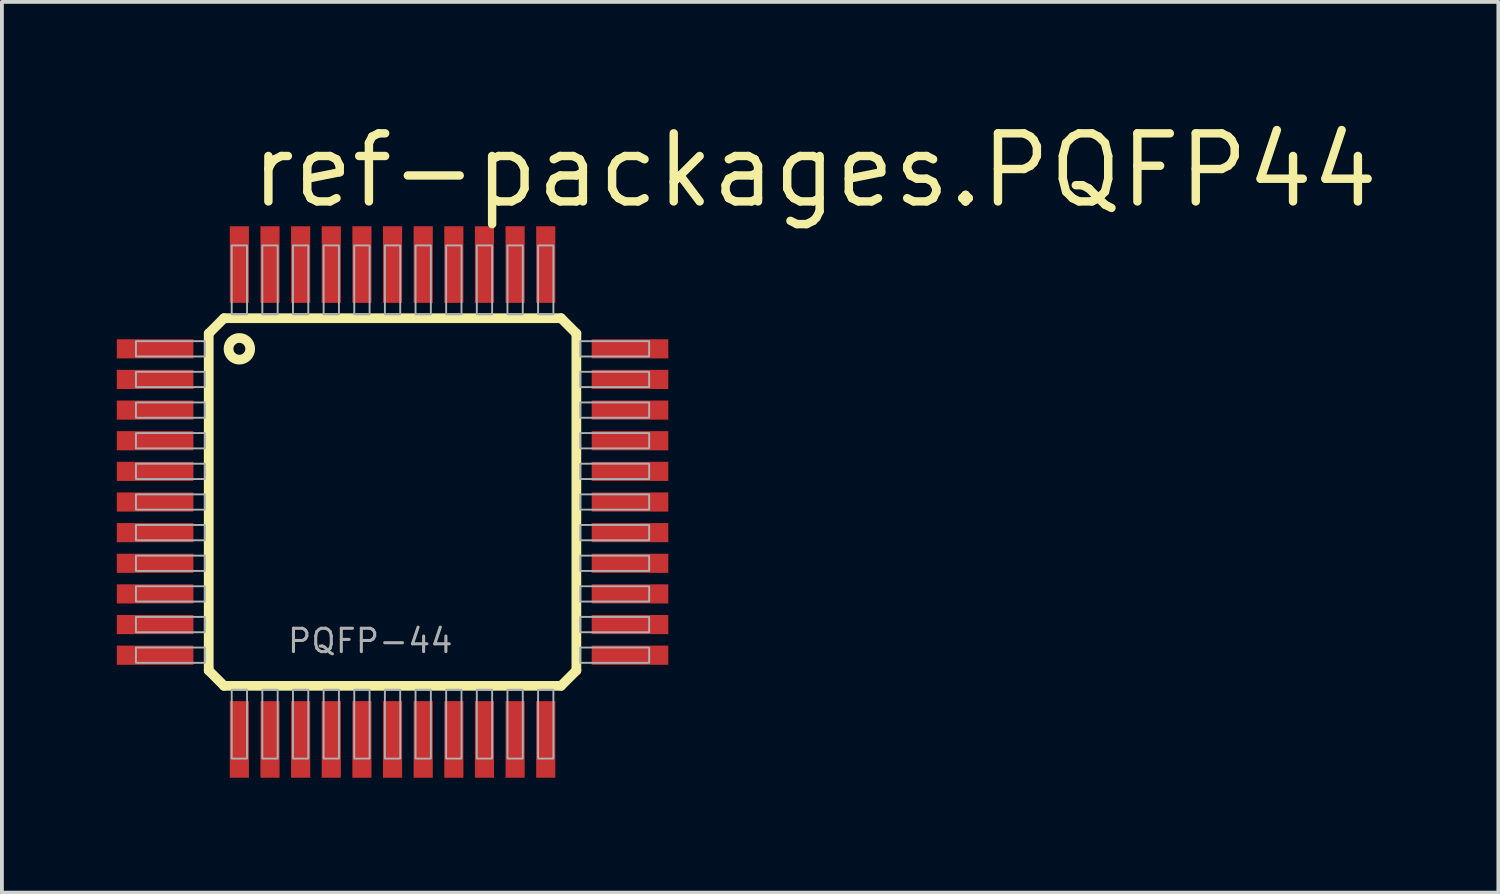
<source format=kicad_pcb>
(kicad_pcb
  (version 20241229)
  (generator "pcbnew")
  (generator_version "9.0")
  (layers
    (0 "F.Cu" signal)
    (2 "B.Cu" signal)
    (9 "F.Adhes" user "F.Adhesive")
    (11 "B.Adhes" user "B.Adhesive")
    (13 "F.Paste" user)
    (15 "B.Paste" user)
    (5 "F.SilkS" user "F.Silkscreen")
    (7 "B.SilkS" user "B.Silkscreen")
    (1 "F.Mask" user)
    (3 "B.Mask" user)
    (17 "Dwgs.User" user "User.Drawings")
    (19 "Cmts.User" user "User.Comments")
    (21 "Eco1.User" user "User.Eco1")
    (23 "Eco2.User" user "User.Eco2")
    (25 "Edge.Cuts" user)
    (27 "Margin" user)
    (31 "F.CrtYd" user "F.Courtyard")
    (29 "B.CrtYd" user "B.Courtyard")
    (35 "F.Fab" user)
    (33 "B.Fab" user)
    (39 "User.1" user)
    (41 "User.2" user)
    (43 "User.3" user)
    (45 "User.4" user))
  (footprint "ref-packages.PQFP44"
    (layer "F.Cu")
    (at 7.2 10.058)
    (property "Reference" "ref-packages.PQFP44" (at -3.81 -7.62 0) (layer "F.SilkS") (effects (font (size 1.778 1.778) (thickness 0.22)) (justify left bottom)))
    (attr smd)
    (fp_line (start -4.8 -4.4) (end -4.4 -4.8) (stroke (width 0.254) (type default)) (layer "F.SilkS"))
    (fp_line (start -4.8 4.4) (end -4.8 -4.4) (stroke (width 0.254) (type default)) (layer "F.SilkS"))
    (fp_line (start -4.4 -4.8) (end 4.4 -4.8) (stroke (width 0.254) (type default)) (layer "F.SilkS"))
    (fp_line (start -4.4 4.8) (end -4.8 4.4) (stroke (width 0.254) (type default)) (layer "F.SilkS"))
    (fp_line (start 4.4 -4.8) (end 4.8 -4.4) (stroke (width 0.254) (type default)) (layer "F.SilkS"))
    (fp_line (start 4.4 4.8) (end -4.4 4.8) (stroke (width 0.254) (type default)) (layer "F.SilkS"))
    (fp_line (start 4.8 -4.4) (end 4.8 4.4) (stroke (width 0.254) (type default)) (layer "F.SilkS"))
    (fp_line (start 4.8 4.4) (end 4.4 4.8) (stroke (width 0.254) (type default)) (layer "F.SilkS"))
    (fp_circle (center -4 -4) (end -3.717 -4) (stroke (width 0.254) (type default)) (fill no) (layer "F.SilkS"))
    (fp_rect (start -6.7 -3.8) (end -4.9 -4.2) (stroke (width 0.05) (type default)) (fill no) (layer "F.Fab"))
    (fp_rect (start -6.7 -3) (end -4.9 -3.4) (stroke (width 0.05) (type default)) (fill no) (layer "F.Fab"))
    (fp_rect (start -6.7 -2.2) (end -4.9 -2.6) (stroke (width 0.05) (type default)) (fill no) (layer "F.Fab"))
    (fp_rect (start -6.7 -1.4) (end -4.9 -1.8) (stroke (width 0.05) (type default)) (fill no) (layer "F.Fab"))
    (fp_rect (start -6.7 -0.6) (end -4.9 -1) (stroke (width 0.05) (type default)) (fill no) (layer "F.Fab"))
    (fp_rect (start -6.7 0.2) (end -4.9 -0.2) (stroke (width 0.05) (type default)) (fill no) (layer "F.Fab"))
    (fp_rect (start -6.7 1) (end -4.9 0.6) (stroke (width 0.05) (type default)) (fill no) (layer "F.Fab"))
    (fp_rect (start -6.7 1.8) (end -4.9 1.4) (stroke (width 0.05) (type default)) (fill no) (layer "F.Fab"))
    (fp_rect (start -6.7 2.6) (end -4.9 2.2) (stroke (width 0.05) (type default)) (fill no) (layer "F.Fab"))
    (fp_rect (start -6.7 3.4) (end -4.9 3) (stroke (width 0.05) (type default)) (fill no) (layer "F.Fab"))
    (fp_rect (start -6.7 4.2) (end -4.9 3.8) (stroke (width 0.05) (type default)) (fill no) (layer "F.Fab"))
    (fp_rect (start -4.2 -4.9) (end -3.8 -6.7) (stroke (width 0.05) (type default)) (fill no) (layer "F.Fab"))
    (fp_rect (start -4.2 6.7) (end -3.8 4.9) (stroke (width 0.05) (type default)) (fill no) (layer "F.Fab"))
    (fp_rect (start -3.4 -4.9) (end -3 -6.7) (stroke (width 0.05) (type default)) (fill no) (layer "F.Fab"))
    (fp_rect (start -3.4 6.7) (end -3 4.9) (stroke (width 0.05) (type default)) (fill no) (layer "F.Fab"))
    (fp_rect (start -2.6 -4.9) (end -2.2 -6.7) (stroke (width 0.05) (type default)) (fill no) (layer "F.Fab"))
    (fp_rect (start -2.6 6.7) (end -2.2 4.9) (stroke (width 0.05) (type default)) (fill no) (layer "F.Fab"))
    (fp_rect (start -1.8 -4.9) (end -1.4 -6.7) (stroke (width 0.05) (type default)) (fill no) (layer "F.Fab"))
    (fp_rect (start -1.8 6.7) (end -1.4 4.9) (stroke (width 0.05) (type default)) (fill no) (layer "F.Fab"))
    (fp_rect (start -1 -4.9) (end -0.6 -6.7) (stroke (width 0.05) (type default)) (fill no) (layer "F.Fab"))
    (fp_rect (start -1 6.7) (end -0.6 4.9) (stroke (width 0.05) (type default)) (fill no) (layer "F.Fab"))
    (fp_rect (start -0.2 -4.9) (end 0.2 -6.7) (stroke (width 0.05) (type default)) (fill no) (layer "F.Fab"))
    (fp_rect (start -0.2 6.7) (end 0.2 4.9) (stroke (width 0.05) (type default)) (fill no) (layer "F.Fab"))
    (fp_rect (start 0.6 -4.9) (end 1 -6.7) (stroke (width 0.05) (type default)) (fill no) (layer "F.Fab"))
    (fp_rect (start 0.6 6.7) (end 1 4.9) (stroke (width 0.05) (type default)) (fill no) (layer "F.Fab"))
    (fp_rect (start 1.4 -4.9) (end 1.8 -6.7) (stroke (width 0.05) (type default)) (fill no) (layer "F.Fab"))
    (fp_rect (start 1.4 6.7) (end 1.8 4.9) (stroke (width 0.05) (type default)) (fill no) (layer "F.Fab"))
    (fp_rect (start 2.2 -4.9) (end 2.6 -6.7) (stroke (width 0.05) (type default)) (fill no) (layer "F.Fab"))
    (fp_rect (start 2.2 6.7) (end 2.6 4.9) (stroke (width 0.05) (type default)) (fill no) (layer "F.Fab"))
    (fp_rect (start 3 -4.9) (end 3.4 -6.7) (stroke (width 0.05) (type default)) (fill no) (layer "F.Fab"))
    (fp_rect (start 3 6.7) (end 3.4 4.9) (stroke (width 0.05) (type default)) (fill no) (layer "F.Fab"))
    (fp_rect (start 3.8 -4.9) (end 4.2 -6.7) (stroke (width 0.05) (type default)) (fill no) (layer "F.Fab"))
    (fp_rect (start 3.8 6.7) (end 4.2 4.9) (stroke (width 0.05) (type default)) (fill no) (layer "F.Fab"))
    (fp_rect (start 4.9 -3.8) (end 6.7 -4.2) (stroke (width 0.05) (type default)) (fill no) (layer "F.Fab"))
    (fp_rect (start 4.9 -3) (end 6.7 -3.4) (stroke (width 0.05) (type default)) (fill no) (layer "F.Fab"))
    (fp_rect (start 4.9 -2.2) (end 6.7 -2.6) (stroke (width 0.05) (type default)) (fill no) (layer "F.Fab"))
    (fp_rect (start 4.9 -1.4) (end 6.7 -1.8) (stroke (width 0.05) (type default)) (fill no) (layer "F.Fab"))
    (fp_rect (start 4.9 -0.6) (end 6.7 -1) (stroke (width 0.05) (type default)) (fill no) (layer "F.Fab"))
    (fp_rect (start 4.9 0.2) (end 6.7 -0.2) (stroke (width 0.05) (type default)) (fill no) (layer "F.Fab"))
    (fp_rect (start 4.9 1) (end 6.7 0.6) (stroke (width 0.05) (type default)) (fill no) (layer "F.Fab"))
    (fp_rect (start 4.9 1.8) (end 6.7 1.4) (stroke (width 0.05) (type default)) (fill no) (layer "F.Fab"))
    (fp_rect (start 4.9 2.6) (end 6.7 2.2) (stroke (width 0.05) (type default)) (fill no) (layer "F.Fab"))
    (fp_rect (start 4.9 3.4) (end 6.7 3) (stroke (width 0.05) (type default)) (fill no) (layer "F.Fab"))
    (fp_rect (start 4.9 4.2) (end 6.7 3.8) (stroke (width 0.05) (type default)) (fill no) (layer "F.Fab"))
    (fp_text user "PQFP-44" (at -2.785 3.985 0) (layer "F.Fab") (effects (font (size 0.61 0.61) (thickness 0.08)) (justify left bottom)))
    (pad "1" smd roundrect (at -6.2 -4) (size 2 0.5) (layers "F.Cu" "F.Mask" "F.Paste") (roundrect_rratio 0.01))
    (pad "2" smd roundrect (at -6.2 -3.2) (size 2 0.5) (layers "F.Cu" "F.Mask" "F.Paste") (roundrect_rratio 0.01))
    (pad "3" smd roundrect (at -6.2 -2.4) (size 2 0.5) (layers "F.Cu" "F.Mask" "F.Paste") (roundrect_rratio 0.01))
    (pad "4" smd roundrect (at -6.2 -1.6) (size 2 0.5) (layers "F.Cu" "F.Mask" "F.Paste") (roundrect_rratio 0.01))
    (pad "5" smd roundrect (at -6.2 -0.8) (size 2 0.5) (layers "F.Cu" "F.Mask" "F.Paste") (roundrect_rratio 0.01))
    (pad "6" smd roundrect (at -6.2 0) (size 2 0.5) (layers "F.Cu" "F.Mask" "F.Paste") (roundrect_rratio 0.01))
    (pad "7" smd roundrect (at -6.2 0.8) (size 2 0.5) (layers "F.Cu" "F.Mask" "F.Paste") (roundrect_rratio 0.01))
    (pad "8" smd roundrect (at -6.2 1.6) (size 2 0.5) (layers "F.Cu" "F.Mask" "F.Paste") (roundrect_rratio 0.01))
    (pad "9" smd roundrect (at -6.2 2.4) (size 2 0.5) (layers "F.Cu" "F.Mask" "F.Paste") (roundrect_rratio 0.01))
    (pad "10" smd roundrect (at -6.2 3.2) (size 2 0.5) (layers "F.Cu" "F.Mask" "F.Paste") (roundrect_rratio 0.01))
    (pad "11" smd roundrect (at -6.2 4) (size 2 0.5) (layers "F.Cu" "F.Mask" "F.Paste") (roundrect_rratio 0.01))
    (pad "12" smd roundrect (at -4 6.2) (size 0.5 2) (layers "F.Cu" "F.Mask" "F.Paste") (roundrect_rratio 0.01))
    (pad "13" smd roundrect (at -3.2 6.2) (size 0.5 2) (layers "F.Cu" "F.Mask" "F.Paste") (roundrect_rratio 0.01))
    (pad "14" smd roundrect (at -2.4 6.2) (size 0.5 2) (layers "F.Cu" "F.Mask" "F.Paste") (roundrect_rratio 0.01))
    (pad "15" smd roundrect (at -1.6 6.2) (size 0.5 2) (layers "F.Cu" "F.Mask" "F.Paste") (roundrect_rratio 0.01))
    (pad "16" smd roundrect (at -0.8 6.2) (size 0.5 2) (layers "F.Cu" "F.Mask" "F.Paste") (roundrect_rratio 0.01))
    (pad "17" smd roundrect (at 0 6.2) (size 0.5 2) (layers "F.Cu" "F.Mask" "F.Paste") (roundrect_rratio 0.01))
    (pad "18" smd roundrect (at 0.8 6.2) (size 0.5 2) (layers "F.Cu" "F.Mask" "F.Paste") (roundrect_rratio 0.01))
    (pad "19" smd roundrect (at 1.6 6.2) (size 0.5 2) (layers "F.Cu" "F.Mask" "F.Paste") (roundrect_rratio 0.01))
    (pad "20" smd roundrect (at 2.4 6.2) (size 0.5 2) (layers "F.Cu" "F.Mask" "F.Paste") (roundrect_rratio 0.01))
    (pad "21" smd roundrect (at 3.2 6.2) (size 0.5 2) (layers "F.Cu" "F.Mask" "F.Paste") (roundrect_rratio 0.01))
    (pad "22" smd roundrect (at 4 6.2) (size 0.5 2) (layers "F.Cu" "F.Mask" "F.Paste") (roundrect_rratio 0.01))
    (pad "23" smd roundrect (at 6.2 4) (size 2 0.5) (layers "F.Cu" "F.Mask" "F.Paste") (roundrect_rratio 0.01))
    (pad "24" smd roundrect (at 6.2 3.2) (size 2 0.5) (layers "F.Cu" "F.Mask" "F.Paste") (roundrect_rratio 0.01))
    (pad "25" smd roundrect (at 6.2 2.4) (size 2 0.5) (layers "F.Cu" "F.Mask" "F.Paste") (roundrect_rratio 0.01))
    (pad "26" smd roundrect (at 6.2 1.6) (size 2 0.5) (layers "F.Cu" "F.Mask" "F.Paste") (roundrect_rratio 0.01))
    (pad "27" smd roundrect (at 6.2 0.8) (size 2 0.5) (layers "F.Cu" "F.Mask" "F.Paste") (roundrect_rratio 0.01))
    (pad "28" smd roundrect (at 6.2 0) (size 2 0.5) (layers "F.Cu" "F.Mask" "F.Paste") (roundrect_rratio 0.01))
    (pad "29" smd roundrect (at 6.2 -0.8) (size 2 0.5) (layers "F.Cu" "F.Mask" "F.Paste") (roundrect_rratio 0.01))
    (pad "30" smd roundrect (at 6.2 -1.6) (size 2 0.5) (layers "F.Cu" "F.Mask" "F.Paste") (roundrect_rratio 0.01))
    (pad "31" smd roundrect (at 6.2 -2.4) (size 2 0.5) (layers "F.Cu" "F.Mask" "F.Paste") (roundrect_rratio 0.01))
    (pad "32" smd roundrect (at 6.2 -3.2) (size 2 0.5) (layers "F.Cu" "F.Mask" "F.Paste") (roundrect_rratio 0.01))
    (pad "33" smd roundrect (at 6.2 -4) (size 2 0.5) (layers "F.Cu" "F.Mask" "F.Paste") (roundrect_rratio 0.01))
    (pad "34" smd roundrect (at 4 -6.2) (size 0.5 2) (layers "F.Cu" "F.Mask" "F.Paste") (roundrect_rratio 0.01))
    (pad "35" smd roundrect (at 3.2 -6.2) (size 0.5 2) (layers "F.Cu" "F.Mask" "F.Paste") (roundrect_rratio 0.01))
    (pad "36" smd roundrect (at 2.4 -6.2) (size 0.5 2) (layers "F.Cu" "F.Mask" "F.Paste") (roundrect_rratio 0.01))
    (pad "37" smd roundrect (at 1.6 -6.2) (size 0.5 2) (layers "F.Cu" "F.Mask" "F.Paste") (roundrect_rratio 0.01))
    (pad "38" smd roundrect (at 0.8 -6.2) (size 0.5 2) (layers "F.Cu" "F.Mask" "F.Paste") (roundrect_rratio 0.01))
    (pad "39" smd roundrect (at 0 -6.2) (size 0.5 2) (layers "F.Cu" "F.Mask" "F.Paste") (roundrect_rratio 0.01))
    (pad "40" smd roundrect (at -0.8 -6.2) (size 0.5 2) (layers "F.Cu" "F.Mask" "F.Paste") (roundrect_rratio 0.01))
    (pad "41" smd roundrect (at -1.6 -6.2) (size 0.5 2) (layers "F.Cu" "F.Mask" "F.Paste") (roundrect_rratio 0.01))
    (pad "42" smd roundrect (at -2.4 -6.2) (size 0.5 2) (layers "F.Cu" "F.Mask" "F.Paste") (roundrect_rratio 0.01))
    (pad "43" smd roundrect (at -3.2 -6.2) (size 0.5 2) (layers "F.Cu" "F.Mask" "F.Paste") (roundrect_rratio 0.01))
    (pad "44" smd roundrect (at -4 -6.2) (size 0.5 2) (layers "F.Cu" "F.Mask" "F.Paste") (roundrect_rratio 0.01)))
  (gr_rect
    (start -3 -3)
    (end 36.074 20.258)
    (stroke (width 0.1) (type default))
    (fill no)
    (layer "Edge.Cuts")))
</source>
